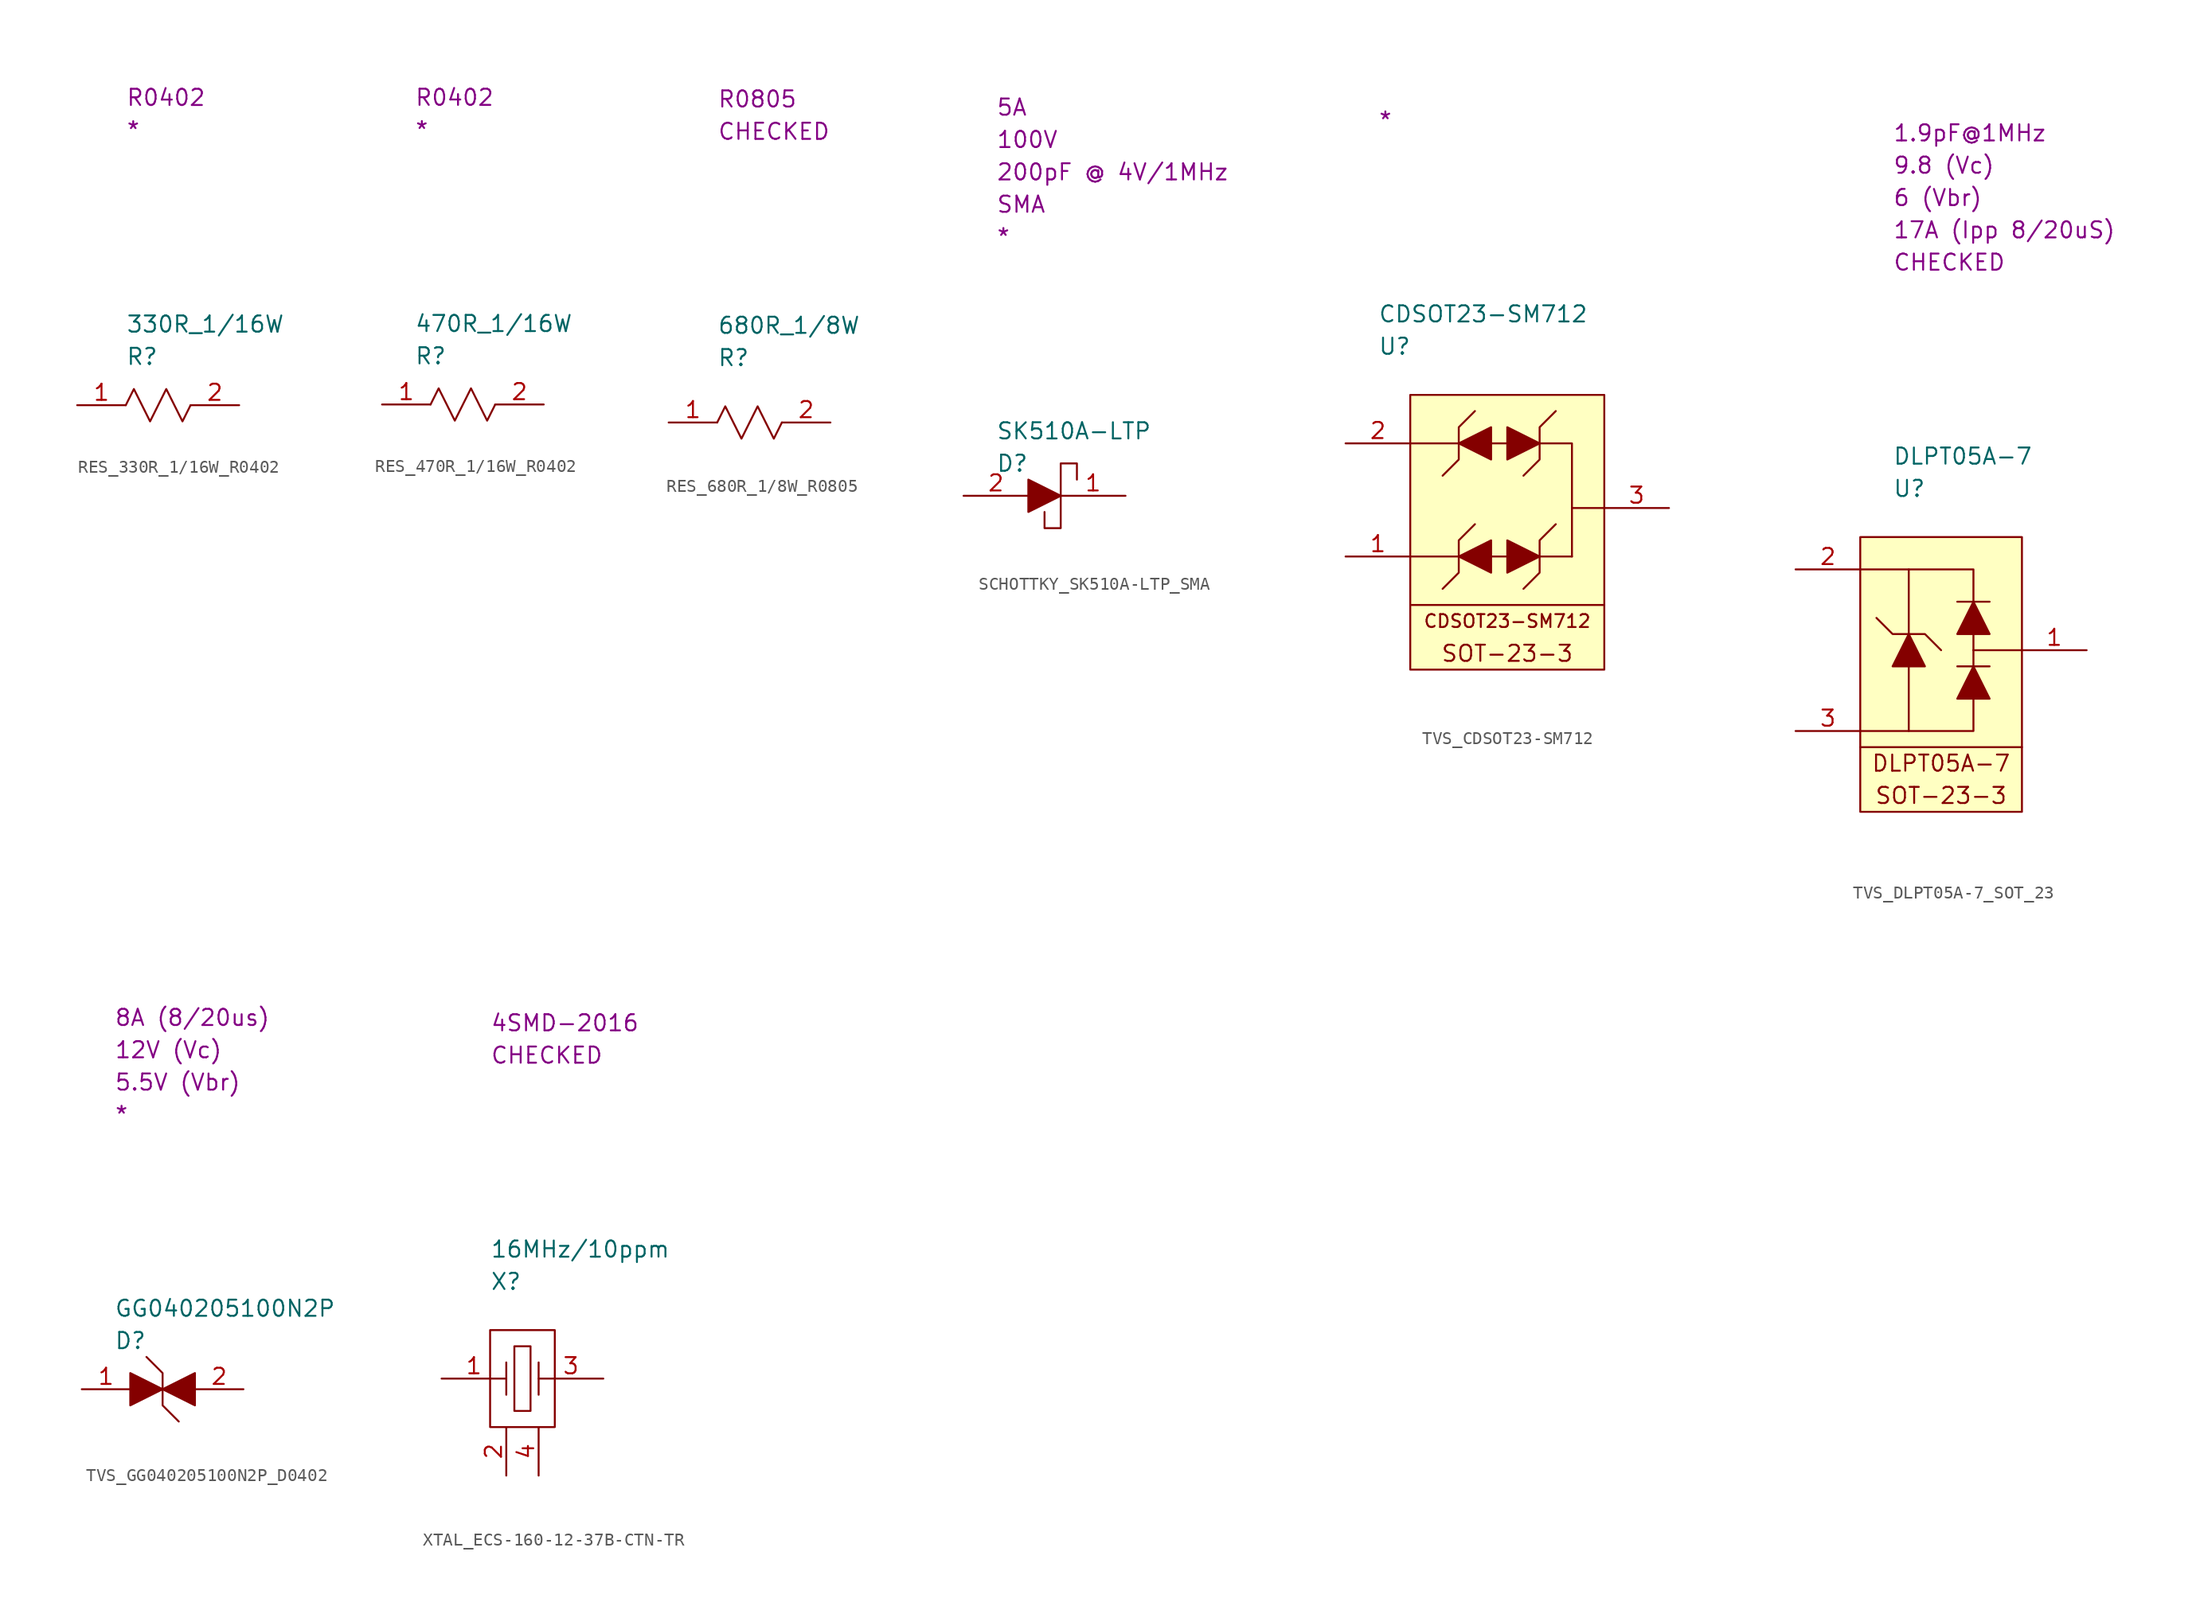
<source format=kicad_sym>
(kicad_symbol_lib
  (version 20220914)
  (generator kicad_symbol_editor)
  (symbol "RES_330R_1/16W_R0402"
    (property "Reference" "R"
      (at 3.81 3.81 0)
      (effects (font (size 1.27 1.27)) (justify left)))
    (property "Value" "330R_1/16W"
      (at 3.81 6.35 0)
      (effects (font (size 1.27 1.27)) (justify left)))
    (property "SCH CHECK" "*"
      (at 3.81 21.59 0)
      (effects (font (size 1.27 1.27)) (justify left)))
    (property "Package" "R0402"
      (at 3.81 24.13 0)
      (effects (font (size 1.27 1.27)) (justify left)))
    (symbol "RES_330R_1/16W_R0402_0_0"
      (polyline (pts (xy 3.81 0) (xy 4.445 1.27) (xy 5.715 -1.27) (xy 6.985 1.27) (xy 8.255 -1.27) (xy 8.89 0)) (stroke (width 0) (type default)) (fill (type none))))
    (symbol "RES_330R_1/16W_R0402_1_1"
      (pin passive line (at 0 0 0) (length 3.81) (name "" (effects (font (size 1.27 1.27)))) (number "1" (effects (font (size 1.27 1.27)))))
      (pin passive line (at 12.7 0 180) (length 3.81) (name "" (effects (font (size 1.27 1.27)))) (number "2" (effects (font (size 1.27 1.27)))))))
  (symbol "RES_470R_1/16W_R0402"
    (property "Reference" "R"
      (at 2.54 3.81 0)
      (effects (font (size 1.27 1.27)) (justify left)))
    (property "Value" "470R_1/16W"
      (at 2.54 6.35 0)
      (effects (font (size 1.27 1.27)) (justify left)))
    (property "SCH CHECK" "*"
      (at 2.54 21.59 0)
      (effects (font (size 1.27 1.27)) (justify left)))
    (property "Package" "R0402"
      (at 2.54 24.13 0)
      (effects (font (size 1.27 1.27)) (justify left)))
    (symbol "RES_470R_1/16W_R0402_0_0"
      (polyline (pts (xy 3.81 0) (xy 4.445 1.27) (xy 5.715 -1.27) (xy 6.985 1.27) (xy 8.255 -1.27) (xy 8.89 0)) (stroke (width 0) (type default)) (fill (type none))))
    (symbol "RES_470R_1/16W_R0402_1_1"
      (pin passive line (at 0 0 0) (length 3.81) (name "" (effects (font (size 1.27 1.27)))) (number "1" (effects (font (size 1.27 1.27)))))
      (pin passive line (at 12.7 0 180) (length 3.81) (name "" (effects (font (size 1.27 1.27)))) (number "2" (effects (font (size 1.27 1.27)))))))
  (symbol "RES_680R_1/8W_R0805"
    (property "Reference" "R"
      (at 3.81 5.08 0)
      (effects (font (size 1.27 1.27)) (justify left)))
    (property "Value" "680R_1{slash}8W"
      (at 3.81 7.62 0)
      (effects (font (size 1.27 1.27)) (justify left)))
    (property "SCH CHECK" "CHECKED"
      (at 3.81 22.86 0)
      (effects (font (size 1.27 1.27)) (justify left)))
    (property "Package" "R0805"
      (at 3.81 25.4 0)
      (effects (font (size 1.27 1.27)) (justify left)))
    (symbol "RES_680R_1/8W_R0805_0_0"
      (polyline (pts (xy 3.81 0) (xy 4.445 1.27) (xy 5.715 -1.27) (xy 6.985 1.27) (xy 8.255 -1.27) (xy 8.89 0)) (stroke (width 0) (type default)) (fill (type none))))
    (symbol "RES_680R_1/8W_R0805_1_1"
      (pin passive line (at 0 0 0) (length 3.81) (name "" (effects (font (size 1.27 1.27)))) (number "1" (effects (font (size 1.27 1.27)))))
      (pin passive line (at 12.7 0 180) (length 3.81) (name "" (effects (font (size 1.27 1.27)))) (number "2" (effects (font (size 1.27 1.27)))))))
  (symbol "SCHOTTKY_SK510A-LTP_SMA"
    (property "Reference" "D"
      (at 2.54 2.54 0)
      (effects (font (size 1.27 1.27)) (justify left)))
    (property "Value" "SK510A-LTP"
      (at 2.54 5.08 0)
      (effects (font (size 1.27 1.27)) (justify left)))
    (property "SCH CHECK" "*"
      (at 2.54 20.32 0)
      (effects (font (size 1.27 1.27)) (justify left)))
    (property "Package" "SMA"
      (at 2.54 22.86 0)
      (effects (font (size 1.27 1.27)) (justify left)))
    (property "Vr" "100V"
      (at 2.54 27.94 0)
      (effects (font (size 1.27 1.27)) (justify left)))
    (property "Io" "5A"
      (at 2.54 30.48 0)
      (effects (font (size 1.27 1.27)) (justify left)))
    (property "C" "200pF @ 4V/1MHz"
      (at 2.54 25.4 0)
      (effects (font (size 1.27 1.27)) (justify left)))
    (symbol "SCHOTTKY_SK510A-LTP_SMA_0_1"
      (polyline (pts (xy 5.08 1.27) (xy 5.08 -1.27) (xy 7.62 0) (xy 5.08 1.27)) (stroke (width 0) (type default)) (fill (type outline)))
      (polyline (pts (xy 8.89 1.27) (xy 8.89 2.54) (xy 7.62 2.54) (xy 7.62 -2.54) (xy 6.35 -2.54) (xy 6.35 -1.27)) (stroke (width 0) (type default)) (fill (type none))))
    (symbol "SCHOTTKY_SK510A-LTP_SMA_1_1"
      (pin passive line (at 12.7 0 180) (length 5.08) (name "" (effects (font (size 1.27 1.27)))) (number "1" (effects (font (size 1.27 1.27)))))
      (pin passive line (at 0 0 0) (length 5.08) (name "" (effects (font (size 1.27 1.27)))) (number "2" (effects (font (size 1.27 1.27)))))))
  (symbol "TVS_CDSOT23-SM712"
    (property "Reference" "U"
      (at 2.54 3.81 0)
      (effects (font (size 1.27 1.27)) (justify left)))
    (property "Value" "CDSOT23-SM712"
      (at 2.54 6.35 0)
      (effects (font (size 1.27 1.27)) (justify left)))
    (property "SCH CHECK" "*"
      (at 2.54 21.59 0)
      (effects (font (size 1.27 1.27)) (justify left)))
    (symbol "TVS_CDSOT23-SM712_0_0"
      (polyline (pts (xy 8.89 -12.7) (xy 5.08 -12.7)) (stroke (width 0) (type default)) (fill (type none)))
      (polyline (pts (xy 8.89 -3.81) (xy 5.08 -3.81)) (stroke (width 0) (type default)) (fill (type none)))
      (polyline (pts (xy 12.7 -12.7) (xy 11.43 -12.7)) (stroke (width 0) (type default)) (fill (type none)))
      (polyline (pts (xy 12.7 -3.81) (xy 11.43 -3.81)) (stroke (width 0) (type default)) (fill (type none)))
      (polyline (pts (xy 15.24 -12.7) (xy 17.78 -12.7)) (stroke (width 0) (type default)) (fill (type none)))
      (polyline (pts (xy 20.32 -8.89) (xy 17.78 -8.89)) (stroke (width 0) (type default)) (fill (type none)))
      (polyline (pts (xy 15.24 -3.81) (xy 17.78 -3.81) (xy 17.78 -8.89)) (stroke (width 0) (type default)) (fill (type none)))
      (text "CDSOT23-SM712" (at 12.7 -17.78 0) (effects (font (size 1.016 1.016))))
      (text "SOT-23-3" (at 12.7 -20.32 0) (effects (font (size 1.27 1.27)))))
    (symbol "TVS_CDSOT23-SM712_0_1"
      (polyline (pts (xy 5.08 -16.51) (xy 20.32 -16.51)) (stroke (width 0) (type default)) (fill (type none)))
      (polyline (pts (xy 17.78 -8.89) (xy 17.78 -12.7)) (stroke (width 0) (type default)) (fill (type none)))
      (polyline (pts (xy 10.16 -10.16) (xy 8.89 -11.43) (xy 8.89 -13.97) (xy 7.62 -15.24)) (stroke (width 0) (type default)) (fill (type none)))
      (polyline (pts (xy 10.16 -1.27) (xy 8.89 -2.54) (xy 8.89 -5.08) (xy 7.62 -6.35)) (stroke (width 0) (type default)) (fill (type none)))
      (polyline (pts (xy 11.43 -13.97) (xy 11.43 -11.43) (xy 8.89 -12.7) (xy 11.43 -13.97)) (stroke (width 0) (type default)) (fill (type outline)))
      (polyline (pts (xy 11.43 -5.08) (xy 11.43 -2.54) (xy 8.89 -3.81) (xy 11.43 -5.08)) (stroke (width 0) (type default)) (fill (type outline)))
      (polyline (pts (xy 12.7 -11.43) (xy 12.7 -13.97) (xy 15.24 -12.7) (xy 12.7 -11.43)) (stroke (width 0) (type default)) (fill (type outline)))
      (polyline (pts (xy 12.7 -2.54) (xy 12.7 -5.08) (xy 15.24 -3.81) (xy 12.7 -2.54)) (stroke (width 0) (type default)) (fill (type outline)))
      (polyline (pts (xy 13.97 -15.24) (xy 15.24 -13.97) (xy 15.24 -11.43) (xy 16.51 -10.16)) (stroke (width 0) (type default)) (fill (type none)))
      (polyline (pts (xy 13.97 -6.35) (xy 15.24 -5.08) (xy 15.24 -2.54) (xy 16.51 -1.27)) (stroke (width 0) (type default)) (fill (type none)))
      (rectangle (start 5.08 0) (end 20.32 -21.59) (stroke (width 0) (type default)) (fill (type background))))
    (symbol "TVS_CDSOT23-SM712_1_1"
      (pin passive line (at 0 -12.7 0) (length 5.08) (name "" (effects (font (size 1.27 1.27)))) (number "1" (effects (font (size 1.27 1.27)))))
      (pin passive line (at 0 -3.81 0) (length 5.08) (name "" (effects (font (size 1.27 1.27)))) (number "2" (effects (font (size 1.27 1.27)))))
      (pin passive line (at 25.4 -8.89 180) (length 5.08) (name "" (effects (font (size 1.27 1.27)))) (number "3" (effects (font (size 1.27 1.27)))))))
  (symbol "TVS_DLPT05A-7_SOT_23"
    (property "Reference" "U"
      (at 2.54 3.81 0)
      (effects (font (size 1.27 1.27)) (justify left)))
    (property "Value" "DLPT05A-7"
      (at 2.54 6.35 0)
      (effects (font (size 1.27 1.27)) (justify left)))
    (property "SCH CHECK" "CHECKED"
      (at 2.54 21.59 0)
      (effects (font (size 1.27 1.27)) (justify left)))
    (property "Vbr" "6 (Vbr)"
      (at 2.54 26.67 0)
      (effects (font (size 1.27 1.27)) (justify left)))
    (property "Vc" "9.8 (Vc)"
      (at 2.54 29.21 0)
      (effects (font (size 1.27 1.27)) (justify left)))
    (property "Ipp" "17A (Ipp 8/20uS)"
      (at 2.54 24.13 0)
      (effects (font (size 1.27 1.27)) (justify left)))
    (property "C@F" "1.9pF@1MHz"
      (at 2.54 31.75 0)
      (effects (font (size 1.27 1.27)) (justify left)))
    (symbol "TVS_DLPT05A-7_SOT_23_0_0"
      (text "DLPT05A-7" (at 6.35 -17.78 0) (effects (font (size 1.27 1.27))))
      (text "SOT-23-3" (at 6.35 -20.32 0) (effects (font (size 1.27 1.27)))))
    (symbol "TVS_DLPT05A-7_SOT_23_0_1"
      (polyline (pts (xy 0 -16.51) (xy 12.7 -16.51)) (stroke (width 0) (type default)) (fill (type none)))
      (polyline (pts (xy 7.62 -10.16) (xy 10.16 -10.16)) (stroke (width 0) (type default)) (fill (type none)))
      (polyline (pts (xy 8.89 -8.89) (xy 8.89 -10.16)) (stroke (width 0) (type default)) (fill (type none)))
      (polyline (pts (xy 8.89 -7.62) (xy 8.89 -8.89)) (stroke (width 0) (type default)) (fill (type none)))
      (polyline (pts (xy 10.16 -5.08) (xy 7.62 -5.08)) (stroke (width 0) (type default)) (fill (type none)))
      (polyline (pts (xy 12.7 -8.89) (xy 8.89 -8.89)) (stroke (width 0) (type default)) (fill (type none)))
      (polyline (pts (xy 0 -2.54) (xy 3.81 -2.54) (xy 3.81 -7.62)) (stroke (width 0) (type default)) (fill (type none)))
      (polyline (pts (xy 3.81 -10.16) (xy 3.81 -15.24) (xy 0 -15.24)) (stroke (width 0) (type default)) (fill (type none)))
      (polyline (pts (xy 8.89 -12.7) (xy 8.89 -15.24) (xy 3.81 -15.24)) (stroke (width 0) (type default)) (fill (type none)))
      (polyline (pts (xy 8.89 -5.08) (xy 8.89 -2.54) (xy 3.81 -2.54)) (stroke (width 0) (type default)) (fill (type none)))
      (polyline (pts (xy 2.54 -10.16) (xy 5.08 -10.16) (xy 3.81 -7.62) (xy 2.54 -10.16)) (stroke (width 0) (type default)) (fill (type outline)))
      (polyline (pts (xy 6.35 -8.89) (xy 5.08 -7.62) (xy 2.54 -7.62) (xy 1.27 -6.35)) (stroke (width 0) (type default)) (fill (type none)))
      (polyline (pts (xy 7.62 -12.7) (xy 10.16 -12.7) (xy 8.89 -10.16) (xy 7.62 -12.7)) (stroke (width 0) (type default)) (fill (type outline)))
      (polyline (pts (xy 7.62 -7.62) (xy 10.16 -7.62) (xy 8.89 -5.08) (xy 7.62 -7.62)) (stroke (width 0) (type default)) (fill (type outline)))
      (rectangle (start 0 0) (end 12.7 -21.59) (stroke (width 0) (type default)) (fill (type background))))
    (symbol "TVS_DLPT05A-7_SOT_23_1_1"
      (pin passive line (at 17.78 -8.89 180) (length 5.08) (name "" (effects (font (size 1.27 1.27)))) (number "1" (effects (font (size 1.27 1.27)))))
      (pin passive line (at -5.08 -2.54 0) (length 5.08) (name "" (effects (font (size 1.27 1.27)))) (number "2" (effects (font (size 1.27 1.27)))))
      (pin passive line (at -5.08 -15.24 0) (length 5.08) (name "" (effects (font (size 1.27 1.27)))) (number "3" (effects (font (size 1.27 1.27)))))))
  (symbol "TVS_GG040205100N2P_D0402"
    (property "Reference" "D"
      (at 2.54 3.81 0)
      (effects (font (size 1.27 1.27)) (justify left)))
    (property "Value" "GG040205100N2P"
      (at 2.54 6.35 0)
      (effects (font (size 1.27 1.27)) (justify left)))
    (property "SCH CHECK" "*"
      (at 2.54 21.59 0)
      (effects (font (size 1.27 1.27)) (justify left)))
    (property "VBR" "5.5V (Vbr)"
      (at 2.54 24.13 0)
      (effects (font (size 1.27 1.27)) (justify left)))
    (property "VC" "12V (Vc)"
      (at 2.54 26.67 0)
      (effects (font (size 1.27 1.27)) (justify left)))
    (property "IPP" "8A (8/20us)"
      (at 2.54 29.21 0)
      (effects (font (size 1.27 1.27)) (justify left)))
    (symbol "TVS_GG040205100N2P_D0402_0_1"
      (polyline (pts (xy 3.81 1.27) (xy 3.81 -1.27) (xy 6.35 0) (xy 3.81 1.27)) (stroke (width 0) (type default)) (fill (type outline)))
      (polyline (pts (xy 5.08 2.54) (xy 6.35 1.27) (xy 6.35 -1.27) (xy 7.62 -2.54)) (stroke (width 0) (type default)) (fill (type none)))
      (polyline (pts (xy 8.89 -1.27) (xy 8.89 1.27) (xy 6.35 0) (xy 8.89 -1.27)) (stroke (width 0) (type default)) (fill (type outline))))
    (symbol "TVS_GG040205100N2P_D0402_1_1"
      (pin passive line (at 0 0 0) (length 3.81) (name "" (effects (font (size 1.27 1.27)))) (number "1" (effects (font (size 1.27 1.27)))))
      (pin passive line (at 12.7 0 180) (length 3.81) (name "" (effects (font (size 1.27 1.27)))) (number "2" (effects (font (size 1.27 1.27)))))))
  (symbol "XTAL_ECS-160-12-37B-CTN-TR"
    (property "Reference" "X"
      (at 3.81 7.62 0)
      (effects (font (size 1.27 1.27)) (justify left)))
    (property "Value" "16MHz/10ppm"
      (at 3.81 10.16 0)
      (effects (font (size 1.27 1.27)) (justify left)))
    (property "SCH CHECK" "CHECKED"
      (at 3.81 25.4 0)
      (effects (font (size 1.27 1.27)) (justify left)))
    (property "Package" "4SMD-2016"
      (at 3.81 27.94 0)
      (effects (font (size 1.27 1.27)) (justify left)))
    (symbol "XTAL_ECS-160-12-37B-CTN-TR_0_1"
      (polyline (pts (xy 5.08 1.27) (xy 5.08 -1.27)) (stroke (width 0) (type default)) (fill (type none)))
      (polyline (pts (xy 7.62 1.27) (xy 7.62 -1.27)) (stroke (width 0) (type default)) (fill (type none)))
      (polyline (pts (xy 3.81 3.81) (xy 3.81 -3.81) (xy 8.89 -3.81) (xy 8.89 3.81) (xy 3.81 3.81)) (stroke (width 0) (type default)) (fill (type none)))
      (polyline (pts (xy 5.715 2.54) (xy 6.985 2.54) (xy 6.985 -2.54) (xy 5.715 -2.54) (xy 5.715 2.54)) (stroke (width 0) (type default)) (fill (type none))))
    (symbol "XTAL_ECS-160-12-37B-CTN-TR_1_1"
      (pin passive line (at 0 0 0) (length 5.08) (name "" (effects (font (size 1.27 1.27)))) (number "1" (effects (font (size 1.27 1.27)))))
      (pin passive line (at 5.08 -7.62 90) (length 3.81) (name "" (effects (font (size 1.27 1.27)))) (number "2" (effects (font (size 1.27 1.27)))))
      (pin passive line (at 12.7 0 180) (length 5.08) (name "" (effects (font (size 1.27 1.27)))) (number "3" (effects (font (size 1.27 1.27)))))
      (pin passive line (at 7.62 -7.62 90) (length 3.81) (name "" (effects (font (size 1.27 1.27)))) (number "4" (effects (font (size 1.27 1.27))))))))
</source>
